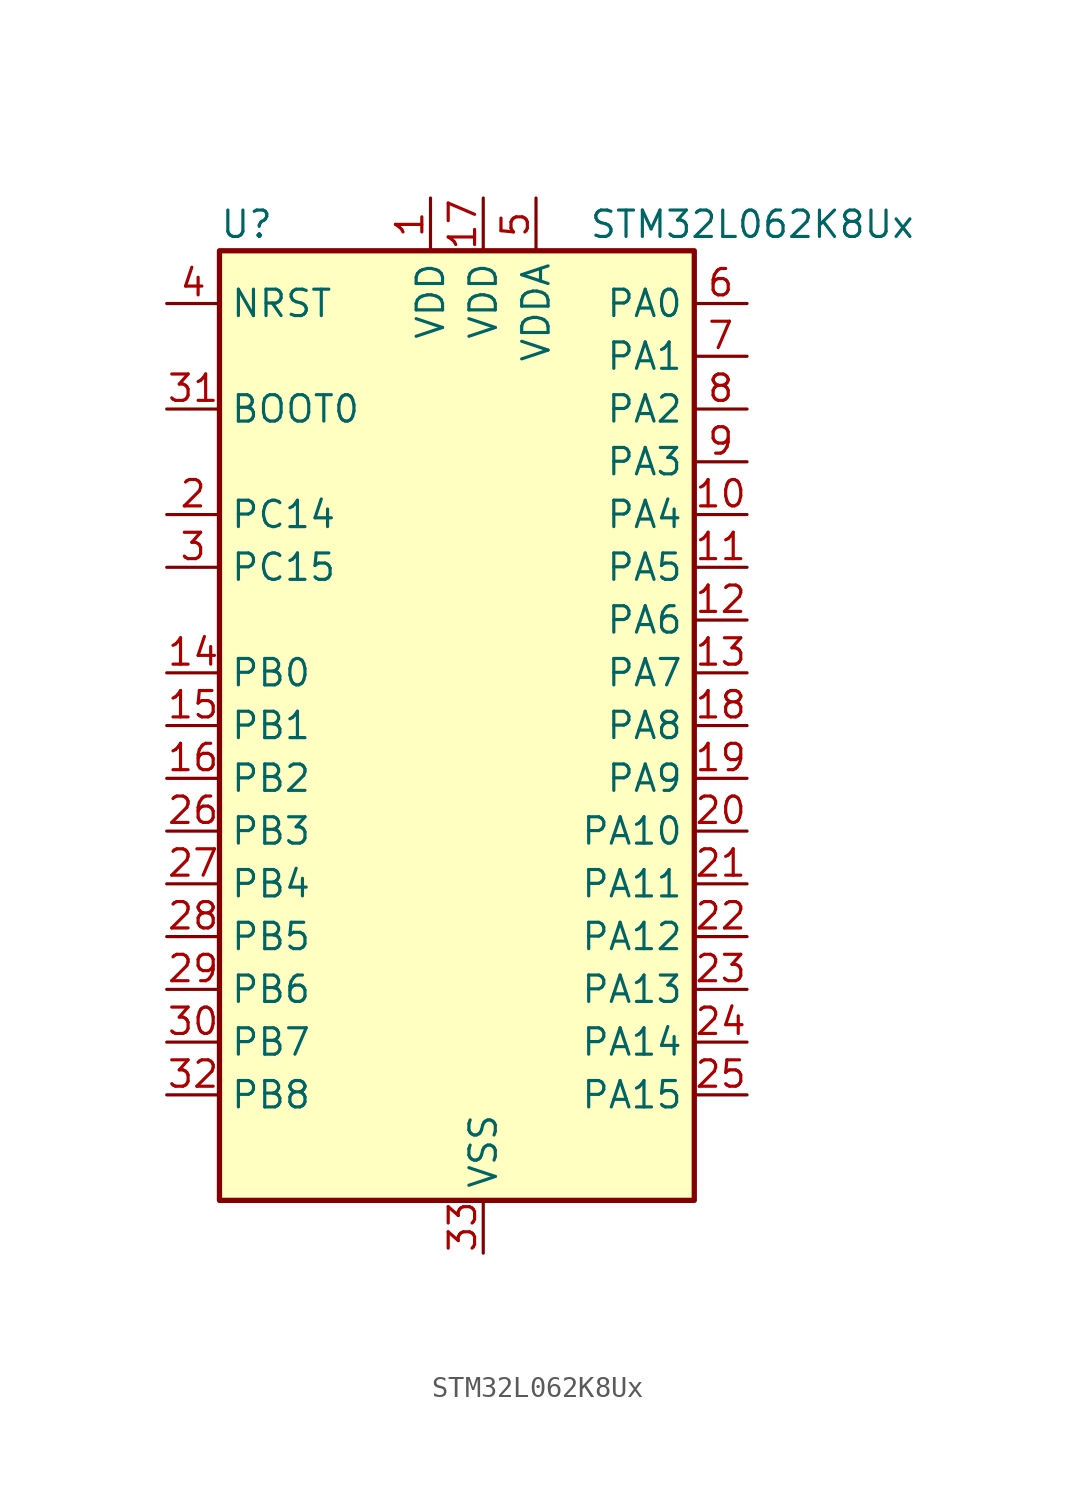
<source format=kicad_sym>
(kicad_symbol_lib
  (version 20231120)
  (generator "kicad_symbol_editor")
  (generator_version "8.0")
  (symbol "STM32L062K8Ux"
    (property "Reference" "U"
      (at -10.16 24.13 0)
      (effects (font (size 1.27 1.27)) (justify left)))
    (property "Value" "STM32L062K8Ux"
      (at 7.62 24.13 0)
      (effects (font (size 1.27 1.27)) (justify left)))
    (property "ki_locked" ""
      (at 0 0 0)
      (effects (font (size 1.27 1.27))))
    (symbol "STM32L062K8Ux_0_1"
      (rectangle (start -10.16 -22.86) (end 12.7 22.86) (stroke (width 0.254) (type default)) (fill (type background))))
    (symbol "STM32L062K8Ux_1_1"
      (pin power_in line (at 0 25.4 270) (length 2.54) (name "VDD" (effects (font (size 1.27 1.27)))) (number "1" (effects (font (size 1.27 1.27)))))
      (pin bidirectional line (at 15.24 10.16 180) (length 2.54) (name "PA4" (effects (font (size 1.27 1.27)))) (number "10" (effects (font (size 1.27 1.27)))) (alternate "ADC_IN4" bidirectional line) (alternate "COMP1_INM" bidirectional line) (alternate "COMP2_INM" bidirectional line) (alternate "DAC_OUT1" bidirectional line) (alternate "SPI1_NSS" bidirectional line) (alternate "TIM22_ETR" bidirectional line) (alternate "TSC_G2_IO1" bidirectional line) (alternate "USART2_CK" bidirectional line))
      (pin bidirectional line (at 15.24 7.62 180) (length 2.54) (name "PA5" (effects (font (size 1.27 1.27)))) (number "11" (effects (font (size 1.27 1.27)))) (alternate "ADC_IN5" bidirectional line) (alternate "COMP1_INM" bidirectional line) (alternate "COMP2_INM" bidirectional line) (alternate "SPI1_SCK" bidirectional line) (alternate "TIM2_CH1" bidirectional line) (alternate "TIM2_ETR" bidirectional line) (alternate "TSC_G2_IO2" bidirectional line))
      (pin bidirectional line (at 15.24 5.08 180) (length 2.54) (name "PA6" (effects (font (size 1.27 1.27)))) (number "12" (effects (font (size 1.27 1.27)))) (alternate "ADC_IN6" bidirectional line) (alternate "COMP1_OUT" bidirectional line) (alternate "SPI1_MISO" bidirectional line) (alternate "TIM22_CH1" bidirectional line) (alternate "TSC_G2_IO3" bidirectional line))
      (pin bidirectional line (at 15.24 2.54 180) (length 2.54) (name "PA7" (effects (font (size 1.27 1.27)))) (number "13" (effects (font (size 1.27 1.27)))) (alternate "ADC_IN7" bidirectional line) (alternate "COMP2_OUT" bidirectional line) (alternate "SPI1_MOSI" bidirectional line) (alternate "TIM22_CH2" bidirectional line) (alternate "TSC_G2_IO4" bidirectional line))
      (pin bidirectional line (at -12.7 2.54 0) (length 2.54) (name "PB0" (effects (font (size 1.27 1.27)))) (number "14" (effects (font (size 1.27 1.27)))) (alternate "ADC_IN8" bidirectional line) (alternate "SYS_VREF_OUT_PB0" bidirectional line) (alternate "TSC_G3_IO2" bidirectional line))
      (pin bidirectional line (at -12.7 0 0) (length 2.54) (name "PB1" (effects (font (size 1.27 1.27)))) (number "15" (effects (font (size 1.27 1.27)))) (alternate "ADC_IN9" bidirectional line) (alternate "SYS_VREF_OUT_PB1" bidirectional line) (alternate "TSC_G3_IO3" bidirectional line))
      (pin bidirectional line (at -12.7 -2.54 0) (length 2.54) (name "PB2" (effects (font (size 1.27 1.27)))) (number "16" (effects (font (size 1.27 1.27)))) (alternate "LPTIM1_OUT" bidirectional line) (alternate "TSC_G3_IO4" bidirectional line))
      (pin power_in line (at 2.54 25.4 270) (length 2.54) (name "VDD" (effects (font (size 1.27 1.27)))) (number "17" (effects (font (size 1.27 1.27)))))
      (pin bidirectional line (at 15.24 0 180) (length 2.54) (name "PA8" (effects (font (size 1.27 1.27)))) (number "18" (effects (font (size 1.27 1.27)))) (alternate "CRS_SYNC" bidirectional line) (alternate "RCC_MCO" bidirectional line) (alternate "USART1_CK" bidirectional line))
      (pin bidirectional line (at 15.24 -2.54 180) (length 2.54) (name "PA9" (effects (font (size 1.27 1.27)))) (number "19" (effects (font (size 1.27 1.27)))) (alternate "DAC_EXTI9" bidirectional line) (alternate "RCC_MCO" bidirectional line) (alternate "TSC_G4_IO1" bidirectional line) (alternate "USART1_TX" bidirectional line))
      (pin bidirectional line (at -12.7 10.16 0) (length 2.54) (name "PC14" (effects (font (size 1.27 1.27)))) (number "2" (effects (font (size 1.27 1.27)))) (alternate "RCC_OSC32_IN" bidirectional line))
      (pin bidirectional line (at 15.24 -5.08 180) (length 2.54) (name "PA10" (effects (font (size 1.27 1.27)))) (number "20" (effects (font (size 1.27 1.27)))) (alternate "TSC_G4_IO2" bidirectional line) (alternate "USART1_RX" bidirectional line))
      (pin bidirectional line (at 15.24 -7.62 180) (length 2.54) (name "PA11" (effects (font (size 1.27 1.27)))) (number "21" (effects (font (size 1.27 1.27)))) (alternate "ADC_EXTI11" bidirectional line) (alternate "COMP1_OUT" bidirectional line) (alternate "SPI1_MISO" bidirectional line) (alternate "TSC_G4_IO3" bidirectional line) (alternate "USART1_CTS" bidirectional line) (alternate "USB_DM" bidirectional line))
      (pin bidirectional line (at 15.24 -10.16 180) (length 2.54) (name "PA12" (effects (font (size 1.27 1.27)))) (number "22" (effects (font (size 1.27 1.27)))) (alternate "COMP2_OUT" bidirectional line) (alternate "SPI1_MOSI" bidirectional line) (alternate "TSC_G4_IO4" bidirectional line) (alternate "USART1_DE" bidirectional line) (alternate "USART1_RTS" bidirectional line) (alternate "USB_DP" bidirectional line))
      (pin bidirectional line (at 15.24 -12.7 180) (length 2.54) (name "PA13" (effects (font (size 1.27 1.27)))) (number "23" (effects (font (size 1.27 1.27)))) (alternate "SYS_SWDIO" bidirectional line) (alternate "USB_NOE" bidirectional line))
      (pin bidirectional line (at 15.24 -15.24 180) (length 2.54) (name "PA14" (effects (font (size 1.27 1.27)))) (number "24" (effects (font (size 1.27 1.27)))) (alternate "SYS_SWCLK" bidirectional line) (alternate "USART2_TX" bidirectional line))
      (pin bidirectional line (at 15.24 -17.78 180) (length 2.54) (name "PA15" (effects (font (size 1.27 1.27)))) (number "25" (effects (font (size 1.27 1.27)))) (alternate "SPI1_NSS" bidirectional line) (alternate "TIM2_CH1" bidirectional line) (alternate "TIM2_ETR" bidirectional line) (alternate "USART2_RX" bidirectional line))
      (pin bidirectional line (at -12.7 -5.08 0) (length 2.54) (name "PB3" (effects (font (size 1.27 1.27)))) (number "26" (effects (font (size 1.27 1.27)))) (alternate "COMP2_INM" bidirectional line) (alternate "SPI1_SCK" bidirectional line) (alternate "TIM2_CH2" bidirectional line) (alternate "TSC_G5_IO1" bidirectional line))
      (pin bidirectional line (at -12.7 -7.62 0) (length 2.54) (name "PB4" (effects (font (size 1.27 1.27)))) (number "27" (effects (font (size 1.27 1.27)))) (alternate "COMP2_INP" bidirectional line) (alternate "SPI1_MISO" bidirectional line) (alternate "TIM22_CH1" bidirectional line) (alternate "TSC_G5_IO2" bidirectional line))
      (pin bidirectional line (at -12.7 -10.16 0) (length 2.54) (name "PB5" (effects (font (size 1.27 1.27)))) (number "28" (effects (font (size 1.27 1.27)))) (alternate "COMP2_INP" bidirectional line) (alternate "I2C1_SMBA" bidirectional line) (alternate "LPTIM1_IN1" bidirectional line) (alternate "SPI1_MOSI" bidirectional line) (alternate "TIM22_CH2" bidirectional line))
      (pin bidirectional line (at -12.7 -12.7 0) (length 2.54) (name "PB6" (effects (font (size 1.27 1.27)))) (number "29" (effects (font (size 1.27 1.27)))) (alternate "COMP2_INP" bidirectional line) (alternate "I2C1_SCL" bidirectional line) (alternate "LPTIM1_ETR" bidirectional line) (alternate "TSC_G5_IO3" bidirectional line) (alternate "USART1_TX" bidirectional line))
      (pin bidirectional line (at -12.7 7.62 0) (length 2.54) (name "PC15" (effects (font (size 1.27 1.27)))) (number "3" (effects (font (size 1.27 1.27)))) (alternate "RCC_OSC32_OUT" bidirectional line))
      (pin bidirectional line (at -12.7 -15.24 0) (length 2.54) (name "PB7" (effects (font (size 1.27 1.27)))) (number "30" (effects (font (size 1.27 1.27)))) (alternate "COMP2_INP" bidirectional line) (alternate "I2C1_SDA" bidirectional line) (alternate "LPTIM1_IN2" bidirectional line) (alternate "SYS_PVD_IN" bidirectional line) (alternate "TSC_G5_IO4" bidirectional line) (alternate "USART1_RX" bidirectional line))
      (pin input line (at -12.7 15.24 0) (length 2.54) (name "BOOT0" (effects (font (size 1.27 1.27)))) (number "31" (effects (font (size 1.27 1.27)))))
      (pin bidirectional line (at -12.7 -17.78 0) (length 2.54) (name "PB8" (effects (font (size 1.27 1.27)))) (number "32" (effects (font (size 1.27 1.27)))) (alternate "I2C1_SCL" bidirectional line) (alternate "TSC_SYNC" bidirectional line))
      (pin power_in line (at 2.54 -25.4 90) (length 2.54) (name "VSS" (effects (font (size 1.27 1.27)))) (number "33" (effects (font (size 1.27 1.27)))))
      (pin input line (at -12.7 20.32 0) (length 2.54) (name "NRST" (effects (font (size 1.27 1.27)))) (number "4" (effects (font (size 1.27 1.27)))))
      (pin power_in line (at 5.08 25.4 270) (length 2.54) (name "VDDA" (effects (font (size 1.27 1.27)))) (number "5" (effects (font (size 1.27 1.27)))))
      (pin bidirectional line (at 15.24 20.32 180) (length 2.54) (name "PA0" (effects (font (size 1.27 1.27)))) (number "6" (effects (font (size 1.27 1.27)))) (alternate "ADC_IN0" bidirectional line) (alternate "COMP1_INM" bidirectional line) (alternate "COMP1_OUT" bidirectional line) (alternate "RTC_TAMP2" bidirectional line) (alternate "SYS_WKUP1" bidirectional line) (alternate "TIM2_CH1" bidirectional line) (alternate "TIM2_ETR" bidirectional line) (alternate "TSC_G1_IO1" bidirectional line) (alternate "USART2_CTS" bidirectional line))
      (pin bidirectional line (at 15.24 17.78 180) (length 2.54) (name "PA1" (effects (font (size 1.27 1.27)))) (number "7" (effects (font (size 1.27 1.27)))) (alternate "ADC_IN1" bidirectional line) (alternate "COMP1_INP" bidirectional line) (alternate "TIM21_ETR" bidirectional line) (alternate "TIM2_CH2" bidirectional line) (alternate "TSC_G1_IO2" bidirectional line) (alternate "USART2_DE" bidirectional line) (alternate "USART2_RTS" bidirectional line))
      (pin bidirectional line (at 15.24 15.24 180) (length 2.54) (name "PA2" (effects (font (size 1.27 1.27)))) (number "8" (effects (font (size 1.27 1.27)))) (alternate "ADC_IN2" bidirectional line) (alternate "COMP2_INM" bidirectional line) (alternate "COMP2_OUT" bidirectional line) (alternate "TIM21_CH1" bidirectional line) (alternate "TIM2_CH3" bidirectional line) (alternate "TSC_G1_IO3" bidirectional line) (alternate "USART2_TX" bidirectional line))
      (pin bidirectional line (at 15.24 12.7 180) (length 2.54) (name "PA3" (effects (font (size 1.27 1.27)))) (number "9" (effects (font (size 1.27 1.27)))) (alternate "ADC_IN3" bidirectional line) (alternate "COMP2_INP" bidirectional line) (alternate "TIM21_CH2" bidirectional line) (alternate "TIM2_CH4" bidirectional line) (alternate "TSC_G1_IO4" bidirectional line) (alternate "USART2_RX" bidirectional line)))))
</source>
